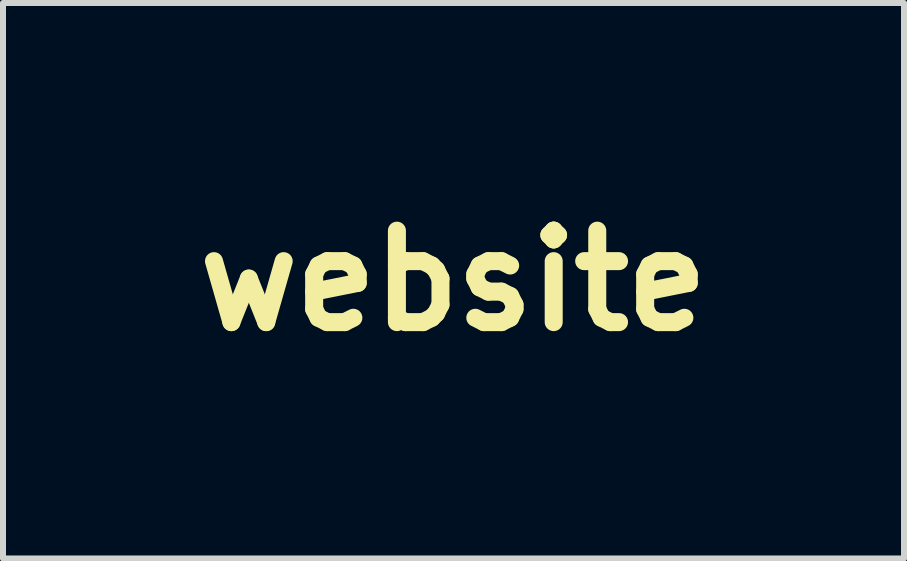
<source format=kicad_pcb>
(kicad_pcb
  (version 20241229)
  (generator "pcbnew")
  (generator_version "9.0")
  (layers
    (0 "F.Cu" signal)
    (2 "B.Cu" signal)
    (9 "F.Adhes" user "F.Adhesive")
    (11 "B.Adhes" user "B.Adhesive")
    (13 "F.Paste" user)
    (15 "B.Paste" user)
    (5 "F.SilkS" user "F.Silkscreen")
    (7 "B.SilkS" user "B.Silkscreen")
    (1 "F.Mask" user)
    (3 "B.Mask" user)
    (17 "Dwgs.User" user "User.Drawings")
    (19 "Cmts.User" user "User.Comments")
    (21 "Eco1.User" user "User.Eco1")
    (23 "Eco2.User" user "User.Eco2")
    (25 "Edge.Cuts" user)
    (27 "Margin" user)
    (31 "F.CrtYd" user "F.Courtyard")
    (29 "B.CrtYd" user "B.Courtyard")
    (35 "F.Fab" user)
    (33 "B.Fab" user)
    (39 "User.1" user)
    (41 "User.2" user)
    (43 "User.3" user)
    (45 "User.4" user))
  (footprint "website"
    (layer "F.Cu")
    (at 4.507 1.628)
    (property "Reference" "website" (at 0 0 0) (layer "F.SilkS") (effects (font (size 1.524 1.524) (thickness 0.3))))
    (attr through_hole)
    (fp_poly (pts (xy 0.059 -1.622) (xy 0.121 -1.62) (xy 0.177 -1.617) (xy 0.224 -1.612) (xy 0.232 -1.61) (xy 0.376 -1.582) (xy 0.514 -1.543) (xy 0.648 -1.492) (xy 0.775 -1.429) (xy 0.897 -1.356) (xy 1.012 -1.272) (xy 1.121 -1.177) (xy 1.149 -1.149) (xy 1.247 -1.043) (xy 1.334 -0.929) (xy 1.41 -0.809) (xy 1.476 -0.683) (xy 1.53 -0.551) (xy 1.573 -0.414) (xy 1.604 -0.272) (xy 1.61 -0.232) (xy 1.616 -0.187) (xy 1.62 -0.132) (xy 1.622 -0.071) (xy 1.623 -0.006) (xy 1.622 0.059) (xy 1.62 0.121) (xy 1.617 0.177) (xy 1.612 0.224) (xy 1.61 0.232) (xy 1.587 0.353) (xy 1.555 0.473) (xy 1.515 0.59) (xy 1.468 0.7) (xy 1.416 0.801) (xy 1.338 0.924) (xy 1.25 1.038) (xy 1.154 1.144) (xy 1.051 1.24) (xy 0.94 1.327) (xy 0.822 1.403) (xy 0.697 1.469) (xy 0.567 1.524) (xy 0.432 1.568) (xy 0.292 1.6) (xy 0.235 1.61) (xy 0.202 1.614) (xy 0.159 1.617) (xy 0.109 1.62) (xy 0.056 1.622) (xy 0.001 1.623) (xy -0.051 1.623) (xy -0.099 1.622) (xy -0.138 1.621) (xy -0.159 1.619) (xy -0.303 1.598) (xy -0.443 1.565) (xy -0.578 1.52) (xy -0.708 1.464) (xy -0.833 1.397) (xy -0.951 1.318) (xy -1.063 1.229) (xy -1.149 1.149) (xy -1.247 1.043) (xy -1.334 0.929) (xy -1.36 0.888) (xy -1.119 0.888) (xy -1.117 0.895) (xy -1.108 0.909) (xy -1.092 0.928) (xy -1.071 0.952) (xy -1.046 0.979) (xy -1.019 1.007) (xy -0.991 1.034) (xy -0.964 1.06) (xy -0.938 1.083) (xy -0.937 1.084) (xy -0.836 1.163) (xy -0.729 1.234) (xy -0.618 1.294) (xy -0.572 1.316) (xy -0.545 1.327) (xy -0.528 1.335) (xy -0.519 1.338) (xy -0.515 1.338) (xy -0.516 1.336) (xy -0.518 1.332) (xy -0.525 1.323) (xy -0.536 1.308) (xy -0.55 1.289) (xy -0.55 1.288) (xy -0.588 1.235) (xy -0.626 1.171) (xy -0.664 1.102) (xy -0.701 1.028) (xy -0.733 0.955) (xy -0.761 0.883) (xy -0.771 0.852) (xy -0.78 0.831) (xy -0.788 0.821) (xy -0.793 0.819) (xy -0.807 0.82) (xy -0.831 0.824) (xy -0.862 0.83) (xy -0.897 0.836) (xy -0.936 0.844) (xy -0.976 0.853) (xy -1.015 0.861) (xy -1.05 0.869) (xy -1.081 0.877) (xy -1.103 0.883) (xy -1.117 0.887) (xy -1.119 0.888) (xy -1.36 0.888) (xy -1.41 0.809) (xy -1.42 0.791) (xy -0.59 0.791) (xy -0.562 0.86) (xy -0.517 0.967) (xy -0.465 1.065) (xy -0.409 1.153) (xy -0.348 1.23) (xy -0.308 1.273) (xy -0.267 1.312) (xy -0.23 1.342) (xy -0.194 1.366) (xy -0.156 1.385) (xy -0.135 1.394) (xy -0.116 1.402) (xy -0.102 1.408) (xy -0.097 1.41) (xy -0.097 1.409) (xy 0.095 1.409) (xy 0.12 1.401) (xy 0.14 1.392) (xy 0.164 1.382) (xy 0.175 1.376) (xy 0.232 1.341) (xy 0.244 1.332) (xy 0.519 1.332) (xy 0.521 1.334) (xy 0.533 1.331) (xy 0.553 1.323) (xy 0.58 1.312) (xy 0.612 1.297) (xy 0.646 1.28) (xy 0.656 1.275) (xy 0.721 1.239) (xy 0.79 1.195) (xy 0.858 1.147) (xy 0.922 1.097) (xy 0.937 1.084) (xy 0.967 1.057) (xy 0.998 1.029) (xy 1.027 1) (xy 1.053 0.972) (xy 1.076 0.946) (xy 1.094 0.924) (xy 1.106 0.907) (xy 1.11 0.897) (xy 1.109 0.894) (xy 1.098 0.89) (xy 1.077 0.884) (xy 1.049 0.877) (xy 1.015 0.868) (xy 0.977 0.86) (xy 0.94 0.851) (xy 0.904 0.844) (xy 0.876 0.838) (xy 0.846 0.833) (xy 0.821 0.828) (xy 0.802 0.824) (xy 0.793 0.822) (xy 0.785 0.823) (xy 0.779 0.832) (xy 0.771 0.852) (xy 0.746 0.922) (xy 0.716 0.995) (xy 0.681 1.069) (xy 0.644 1.141) (xy 0.605 1.207) (xy 0.567 1.266) (xy 0.55 1.288) (xy 0.536 1.307) (xy 0.525 1.323) (xy 0.519 1.331) (xy 0.519 1.332) (xy 0.244 1.332) (xy 0.288 1.295) (xy 0.343 1.238) (xy 0.396 1.171) (xy 0.447 1.095) (xy 0.494 1.011) (xy 0.504 0.991) (xy 0.522 0.954) (xy 0.539 0.917) (xy 0.554 0.882) (xy 0.567 0.85) (xy 0.576 0.824) (xy 0.582 0.806) (xy 0.583 0.797) (xy 0.583 0.796) (xy 0.575 0.794) (xy 0.556 0.792) (xy 0.528 0.788) (xy 0.493 0.785) (xy 0.453 0.781) (xy 0.409 0.778) (xy 0.363 0.774) (xy 0.317 0.771) (xy 0.273 0.768) (xy 0.233 0.766) (xy 0.211 0.765) (xy 0.095 0.761) (xy 0.095 1.409) (xy -0.097 1.409) (xy -0.097 1.403) (xy -0.096 1.386) (xy -0.096 1.358) (xy -0.096 1.321) (xy -0.096 1.276) (xy -0.095 1.224) (xy -0.095 1.167) (xy -0.095 1.105) (xy -0.095 1.085) (xy -0.095 0.76) (xy -0.224 0.765) (xy -0.274 0.767) (xy -0.33 0.77) (xy -0.388 0.774) (xy -0.441 0.778) (xy -0.471 0.78) (xy -0.59 0.791) (xy -1.42 0.791) (xy -1.476 0.683) (xy -1.53 0.551) (xy -1.573 0.414) (xy -1.604 0.272) (xy -1.61 0.232) (xy -1.616 0.187) (xy -1.62 0.132) (xy -1.621 0.095) (xy -1.429 0.095) (xy -1.429 0.115) (xy -1.427 0.152) (xy -1.421 0.198) (xy -1.411 0.25) (xy -1.399 0.307) (xy -1.385 0.365) (xy -1.369 0.422) (xy -1.352 0.475) (xy -1.337 0.518) (xy -1.323 0.551) (xy -1.308 0.586) (xy -1.292 0.621) (xy -1.277 0.653) (xy -1.262 0.68) (xy -1.25 0.701) (xy -1.242 0.714) (xy -1.238 0.718) (xy -1.23 0.716) (xy -1.212 0.712) (xy -1.187 0.705) (xy -1.156 0.698) (xy -1.147 0.695) (xy -1.115 0.687) (xy -1.078 0.678) (xy -1.037 0.669) (xy -0.997 0.66) (xy -0.958 0.652) (xy -0.923 0.645) (xy -0.894 0.639) (xy -0.873 0.636) (xy -0.865 0.635) (xy -0.854 0.634) (xy -0.846 0.63) (xy -0.845 0.627) (xy 0.839 0.627) (xy 0.839 0.632) (xy 0.846 0.634) (xy 0.863 0.638) (xy 0.888 0.644) (xy 0.918 0.65) (xy 0.924 0.651) (xy 0.958 0.658) (xy 0.996 0.667) (xy 1.038 0.676) (xy 1.08 0.687) (xy 1.12 0.697) (xy 1.157 0.706) (xy 1.186 0.715) (xy 1.207 0.721) (xy 1.213 0.723) (xy 1.226 0.728) (xy 1.233 0.73) (xy 1.237 0.725) (xy 1.245 0.71) (xy 1.257 0.689) (xy 1.271 0.663) (xy 1.272 0.662) (xy 1.32 0.559) (xy 1.361 0.451) (xy 1.387 0.36) (xy 1.397 0.32) (xy 1.406 0.275) (xy 1.414 0.231) (xy 1.421 0.189) (xy 1.426 0.152) (xy 1.429 0.123) (xy 1.429 0.115) (xy 1.429 0.095) (xy 0.902 0.095) (xy 0.902 0.135) (xy 0.9 0.175) (xy 0.897 0.225) (xy 0.892 0.281) (xy 0.885 0.342) (xy 0.876 0.405) (xy 0.867 0.466) (xy 0.857 0.523) (xy 0.85 0.564) (xy 0.844 0.591) (xy 0.841 0.613) (xy 0.839 0.627) (xy -0.845 0.627) (xy -0.843 0.622) (xy -0.843 0.608) (xy -0.846 0.585) (xy -0.852 0.552) (xy -0.854 0.54) (xy -0.867 0.467) (xy -0.878 0.389) (xy -0.888 0.31) (xy -0.896 0.234) (xy -0.899 0.178) (xy -0.904 0.095) (xy -0.711 0.095) (xy -0.711 0.114) (xy -0.71 0.152) (xy -0.707 0.199) (xy -0.701 0.254) (xy -0.694 0.313) (xy -0.686 0.374) (xy -0.677 0.434) (xy -0.667 0.49) (xy -0.662 0.516) (xy -0.645 0.604) (xy -0.623 0.601) (xy -0.607 0.599) (xy -0.582 0.596) (xy -0.553 0.593) (xy -0.53 0.591) (xy -0.473 0.586) (xy -0.412 0.581) (xy -0.352 0.577) (xy -0.296 0.574) (xy -0.246 0.572) (xy -0.206 0.572) (xy -0.176 0.571) (xy -0.148 0.57) (xy -0.126 0.568) (xy -0.119 0.567) (xy -0.095 0.563) (xy -0.095 0.095) (xy 0.095 0.095) (xy 0.097 0.332) (xy 0.098 0.568) (xy 0.216 0.573) (xy 0.251 0.574) (xy 0.292 0.576) (xy 0.336 0.579) (xy 0.381 0.582) (xy 0.426 0.585) (xy 0.469 0.588) (xy 0.509 0.592) (xy 0.542 0.595) (xy 0.568 0.597) (xy 0.585 0.599) (xy 0.59 0.601) (xy 0.597 0.602) (xy 0.613 0.603) (xy 0.619 0.603) (xy 0.645 0.603) (xy 0.662 0.516) (xy 0.672 0.462) (xy 0.682 0.403) (xy 0.69 0.343) (xy 0.698 0.282) (xy 0.704 0.225) (xy 0.709 0.174) (xy 0.711 0.131) (xy 0.711 0.114) (xy 0.711 0.095) (xy 0.095 0.095) (xy -0.095 0.095) (xy -0.711 0.095) (xy -0.904 0.095) (xy -1.429 0.095) (xy -1.621 0.095) (xy -1.622 0.071) (xy -1.623 0.006) (xy -1.622 -0.059) (xy -1.62 -0.115) (xy -1.429 -0.115) (xy -1.429 -0.095) (xy -1.407 -0.095) (xy -0.713 -0.095) (xy -0.095 -0.095) (xy -0.095 -0.576) (xy 0.095 -0.576) (xy 0.095 -0.095) (xy 0.713 -0.095) (xy 0.708 -0.167) (xy 0.695 -0.322) (xy 0.673 -0.472) (xy 0.659 -0.545) (xy 0.645 -0.611) (xy 0.6 -0.607) (xy 0.5 -0.598) (xy 0.401 -0.591) (xy 0.307 -0.585) (xy 0.221 -0.581) (xy 0.216 -0.58) (xy 0.095 -0.576) (xy -0.095 -0.576) (xy -0.095 -0.576) (xy -0.189 -0.581) (xy -0.302 -0.586) (xy -0.405 -0.593) (xy -0.498 -0.601) (xy -0.555 -0.607) (xy -0.586 -0.61) (xy -0.613 -0.613) (xy -0.633 -0.615) (xy -0.643 -0.615) (xy -0.644 -0.615) (xy -0.646 -0.608) (xy -0.65 -0.591) (xy -0.655 -0.566) (xy -0.661 -0.536) (xy -0.667 -0.504) (xy -0.673 -0.471) (xy -0.678 -0.44) (xy -0.683 -0.414) (xy -0.685 -0.397) (xy -0.696 -0.31) (xy -0.705 -0.218) (xy -0.708 -0.167) (xy -0.713 -0.095) (xy -1.407 -0.095) (xy -1.167 -0.097) (xy -0.905 -0.098) (xy -0.901 -0.176) (xy -0.894 -0.261) (xy -0.885 -0.351) (xy -0.873 -0.439) (xy -0.86 -0.521) (xy -0.853 -0.554) (xy -0.848 -0.584) (xy -0.843 -0.609) (xy -0.841 -0.624) (xy -0.84 -0.626) (xy -0.838 -0.639) (xy 0.837 -0.639) (xy 0.841 -0.62) (xy 0.866 -0.485) (xy 0.884 -0.358) (xy 0.896 -0.24) (xy 0.899 -0.187) (xy 0.901 -0.157) (xy 0.902 -0.131) (xy 0.904 -0.112) (xy 0.905 -0.103) (xy 0.909 -0.101) (xy 0.918 -0.099) (xy 0.934 -0.098) (xy 0.957 -0.097) (xy 0.99 -0.096) (xy 1.032 -0.096) (xy 1.085 -0.095) (xy 1.149 -0.095) (xy 1.168 -0.095) (xy 1.429 -0.095) (xy 1.429 -0.115) (xy 1.427 -0.139) (xy 1.423 -0.173) (xy 1.417 -0.214) (xy 1.409 -0.258) (xy 1.4 -0.302) (xy 1.391 -0.345) (xy 1.387 -0.36) (xy 1.356 -0.465) (xy 1.316 -0.569) (xy 1.272 -0.661) (xy 1.237 -0.728) (xy 1.195 -0.716) (xy 1.161 -0.707) (xy 1.119 -0.697) (xy 1.071 -0.686) (xy 1.021 -0.674) (xy 0.972 -0.664) (xy 0.929 -0.655) (xy 0.902 -0.65) (xy 0.837 -0.639) (xy -0.838 -0.639) (xy -0.837 -0.645) (xy -0.884 -0.654) (xy -0.93 -0.662) (xy -0.983 -0.674) (xy -1.04 -0.687) (xy -1.096 -0.7) (xy -1.145 -0.713) (xy -1.162 -0.718) (xy -1.188 -0.726) (xy -1.207 -0.731) (xy -1.221 -0.732) (xy -1.232 -0.728) (xy -1.242 -0.717) (xy -1.253 -0.699) (xy -1.267 -0.671) (xy -1.279 -0.648) (xy -1.318 -0.563) (xy -1.353 -0.472) (xy -1.382 -0.381) (xy -1.39 -0.349) (xy -1.399 -0.309) (xy -1.408 -0.265) (xy -1.416 -0.221) (xy -1.422 -0.181) (xy -1.427 -0.146) (xy -1.429 -0.119) (xy -1.429 -0.115) (xy -1.62 -0.115) (xy -1.62 -0.121) (xy -1.617 -0.177) (xy -1.612 -0.224) (xy -1.61 -0.232) (xy -1.582 -0.376) (xy -1.543 -0.514) (xy -1.492 -0.648) (xy -1.433 -0.768) (xy 0.095 -0.768) (xy 0.151 -0.771) (xy 0.179 -0.773) (xy 0.216 -0.775) (xy 0.255 -0.776) (xy 0.294 -0.778) (xy 0.295 -0.778) (xy 0.325 -0.78) (xy 0.361 -0.782) (xy 0.4 -0.784) (xy 0.44 -0.787) (xy 0.478 -0.79) (xy 0.514 -0.793) (xy 0.545 -0.796) (xy 0.569 -0.799) (xy 0.584 -0.801) (xy 0.588 -0.801) (xy 0.586 -0.808) (xy 0.581 -0.823) (xy 0.572 -0.846) (xy 0.561 -0.875) (xy 0.559 -0.879) (xy 0.516 -0.98) (xy 0.468 -1.072) (xy 0.416 -1.155) (xy 0.361 -1.229) (xy 0.303 -1.292) (xy 0.263 -1.326) (xy 0.531 -1.326) (xy 0.536 -1.318) (xy 0.547 -1.302) (xy 0.562 -1.282) (xy 0.568 -1.274) (xy 0.607 -1.214) (xy 0.647 -1.145) (xy 0.686 -1.07) (xy 0.722 -0.993) (xy 0.752 -0.917) (xy 0.763 -0.887) (xy 0.772 -0.862) (xy 0.78 -0.841) (xy 0.785 -0.829) (xy 0.787 -0.826) (xy 0.793 -0.827) (xy 0.811 -0.83) (xy 0.836 -0.834) (xy 0.867 -0.84) (xy 0.891 -0.845) (xy 0.931 -0.852) (xy 0.971 -0.861) (xy 1.01 -0.869) (xy 1.045 -0.877) (xy 1.076 -0.885) (xy 1.099 -0.891) (xy 1.112 -0.895) (xy 1.115 -0.897) (xy 1.112 -0.902) (xy 1.102 -0.915) (xy 1.087 -0.934) (xy 1.068 -0.956) (xy 1.068 -0.956) (xy 0.992 -1.035) (xy 0.906 -1.111) (xy 0.813 -1.181) (xy 0.715 -1.243) (xy 0.657 -1.275) (xy 0.62 -1.293) (xy 0.588 -1.308) (xy 0.562 -1.319) (xy 0.543 -1.326) (xy 0.532 -1.329) (xy 0.531 -1.326) (xy 0.263 -1.326) (xy 0.243 -1.344) (xy 0.18 -1.384) (xy 0.132 -1.407) (xy 0.095 -1.421) (xy 0.095 -0.768) (xy -1.433 -0.768) (xy -1.429 -0.775) (xy -1.409 -0.81) (xy -0.584 -0.81) (xy -0.578 -0.807) (xy -0.561 -0.803) (xy -0.534 -0.8) (xy -0.499 -0.796) (xy -0.457 -0.792) (xy -0.411 -0.788) (xy -0.36 -0.784) (xy -0.308 -0.78) (xy -0.255 -0.777) (xy -0.219 -0.775) (xy -0.184 -0.773) (xy -0.152 -0.772) (xy -0.127 -0.771) (xy -0.111 -0.77) (xy -0.106 -0.769) (xy -0.104 -0.77) (xy -0.102 -0.772) (xy -0.1 -0.777) (xy -0.099 -0.786) (xy -0.098 -0.8) (xy -0.097 -0.82) (xy -0.096 -0.847) (xy -0.096 -0.882) (xy -0.095 -0.926) (xy -0.095 -0.98) (xy -0.095 -1.045) (xy -0.095 -1.095) (xy -0.095 -1.421) (xy -0.132 -1.407) (xy -0.197 -1.375) (xy -0.259 -1.331) (xy -0.32 -1.275) (xy -0.378 -1.208) (xy -0.433 -1.13) (xy -0.485 -1.04) (xy -0.498 -1.017) (xy -0.512 -0.988) (xy -0.527 -0.955) (xy -0.542 -0.921) (xy -0.556 -0.888) (xy -0.568 -0.858) (xy -0.578 -0.833) (xy -0.583 -0.815) (xy -0.584 -0.81) (xy -1.409 -0.81) (xy -1.356 -0.897) (xy -1.347 -0.91) (xy -1.106 -0.91) (xy -1.104 -0.906) (xy -1.096 -0.901) (xy -1.08 -0.896) (xy -1.056 -0.889) (xy -1.029 -0.883) (xy -0.995 -0.874) (xy -0.957 -0.866) (xy -0.917 -0.857) (xy -0.88 -0.849) (xy -0.846 -0.842) (xy -0.818 -0.836) (xy -0.799 -0.833) (xy -0.793 -0.833) (xy -0.787 -0.836) (xy -0.779 -0.849) (xy -0.769 -0.871) (xy -0.757 -0.904) (xy -0.756 -0.906) (xy -0.725 -0.983) (xy -0.69 -1.061) (xy -0.652 -1.136) (xy -0.613 -1.205) (xy -0.574 -1.266) (xy -0.563 -1.28) (xy -0.546 -1.304) (xy -0.535 -1.32) (xy -0.532 -1.327) (xy -0.536 -1.329) (xy -0.547 -1.325) (xy -0.56 -1.32) (xy -0.615 -1.296) (xy -0.677 -1.264) (xy -0.741 -1.226) (xy -0.805 -1.185) (xy -0.867 -1.142) (xy -0.899 -1.118) (xy -0.919 -1.101) (xy -0.943 -1.079) (xy -0.971 -1.053) (xy -1 -1.025) (xy -1.029 -0.997) (xy -1.055 -0.97) (xy -1.078 -0.947) (xy -1.094 -0.928) (xy -1.104 -0.916) (xy -1.105 -0.915) (xy -1.106 -0.91) (xy -1.347 -0.91) (xy -1.272 -1.012) (xy -1.177 -1.121) (xy -1.149 -1.149) (xy -1.043 -1.247) (xy -0.929 -1.334) (xy -0.809 -1.41) (xy -0.683 -1.476) (xy -0.551 -1.53) (xy -0.414 -1.573) (xy -0.272 -1.604) (xy -0.232 -1.61) (xy -0.187 -1.616) (xy -0.132 -1.62) (xy -0.071 -1.622) (xy -0.006 -1.623) (xy 0.059 -1.622)) (stroke (width 0.01) (type solid)) (fill yes) (layer "F.Mask")))
  (gr_rect
    (start -3 -3)
    (end 12.013 6.256)
    (stroke (width 0.1) (type default))
    (fill no)
    (layer "Edge.Cuts")))
</source>
